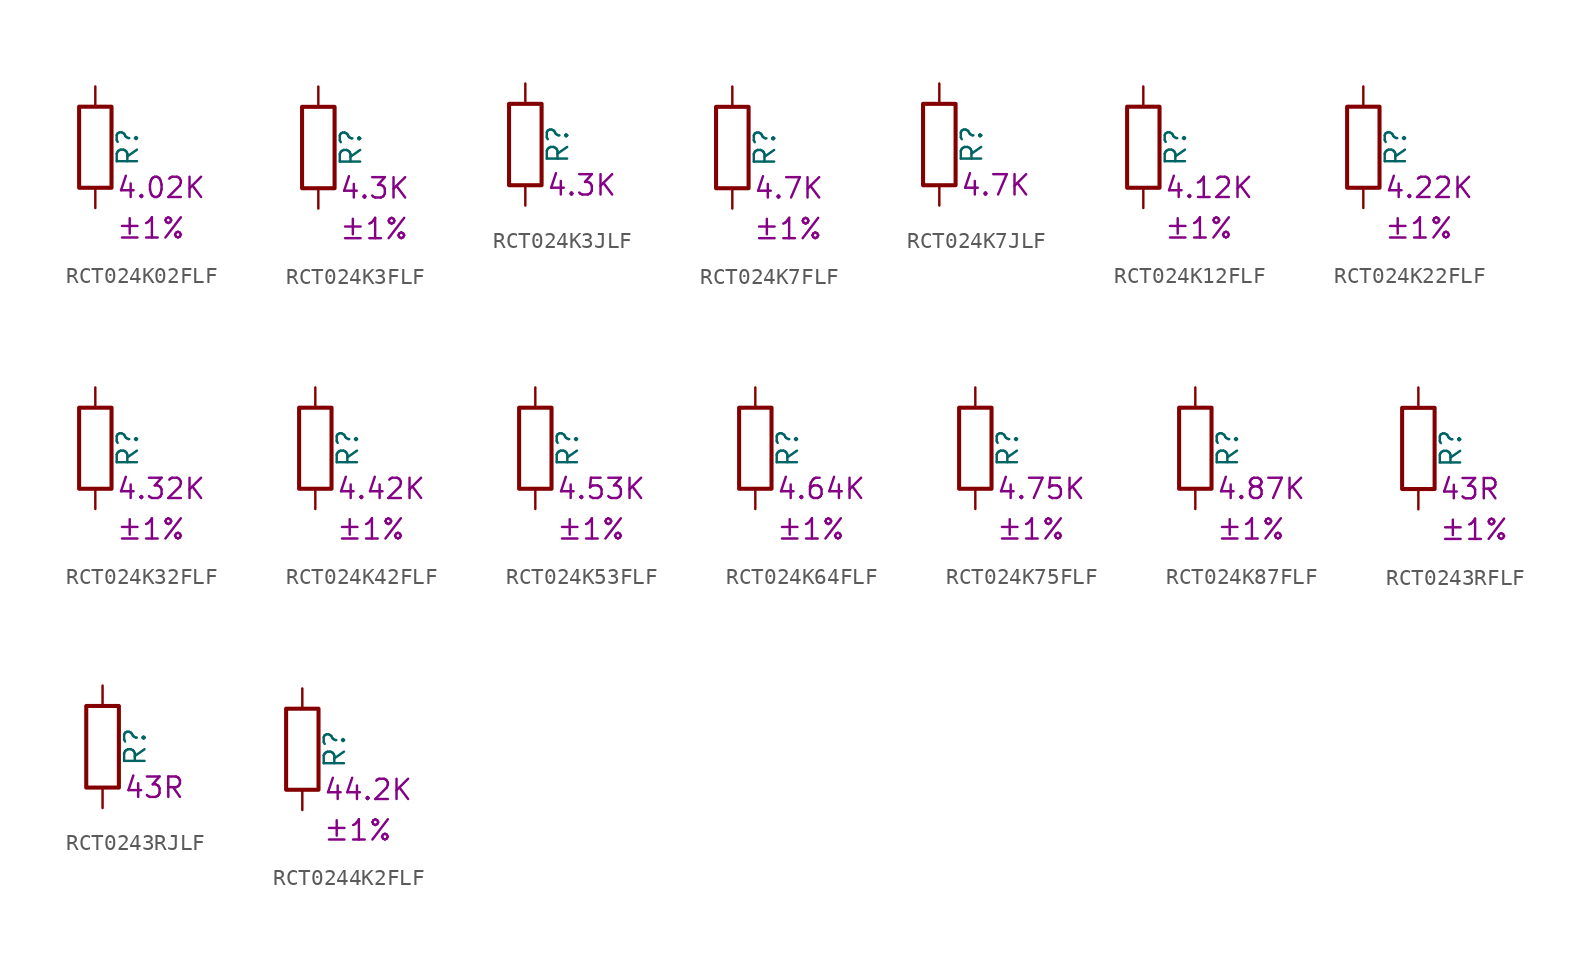
<source format=kicad_sym>
(kicad_symbol_lib
  (version 20220914)
  (generator kicad_symbol_editor)
  (symbol "RCT024K02FLF"
    (pin_numbers hide)
    (pin_names
      (offset 0))
    (property "Reference" "R"
      (at 2.032 0 90)
      (effects (font (size 1.27 1.27))))
    (property "Resistance" "4.02K"
      (at 1.27 -2.54 0)
      (effects (font (size 1.27 1.27)) (justify left)))
    (property "Tolerance" "±1%"
      (at 1.27 -5.08 0)
      (effects (font (size 1.27 1.27)) (justify left)))
    (symbol "RCT024K02FLF_0_1"
      (rectangle (start -1.016 -2.54) (end 1.016 2.54) (stroke (width 0.254) (type default)) (fill (type none))))
    (symbol "RCT024K02FLF_1_1"
      (pin passive line (at 0 3.81 270) (length 1.27) (name "~" (effects (font (size 1.27 1.27)))) (number "1" (effects (font (size 1.27 1.27)))))
      (pin passive line (at 0 -3.81 90) (length 1.27) (name "~" (effects (font (size 1.27 1.27)))) (number "2" (effects (font (size 1.27 1.27)))))))
  (symbol "RCT024K3FLF"
    (pin_numbers hide)
    (pin_names
      (offset 0))
    (property "Reference" "R"
      (at 2.032 0 90)
      (effects (font (size 1.27 1.27))))
    (property "Resistance" "4.3K"
      (at 1.27 -2.54 0)
      (effects (font (size 1.27 1.27)) (justify left)))
    (property "Tolerance" "±1%"
      (at 1.27 -5.08 0)
      (effects (font (size 1.27 1.27)) (justify left)))
    (symbol "RCT024K3FLF_0_1"
      (rectangle (start -1.016 -2.54) (end 1.016 2.54) (stroke (width 0.254) (type default)) (fill (type none))))
    (symbol "RCT024K3FLF_1_1"
      (pin passive line (at 0 3.81 270) (length 1.27) (name "~" (effects (font (size 1.27 1.27)))) (number "1" (effects (font (size 1.27 1.27)))))
      (pin passive line (at 0 -3.81 90) (length 1.27) (name "~" (effects (font (size 1.27 1.27)))) (number "2" (effects (font (size 1.27 1.27)))))))
  (symbol "RCT024K3JLF"
    (pin_numbers hide)
    (pin_names
      (offset 0))
    (property "Reference" "R"
      (at 2.032 0 90)
      (effects (font (size 1.27 1.27))))
    (property "Resistance" "4.3K"
      (at 1.27 -2.54 0)
      (effects (font (size 1.27 1.27)) (justify left)))
    (symbol "RCT024K3JLF_0_1"
      (rectangle (start -1.016 -2.54) (end 1.016 2.54) (stroke (width 0.254) (type default)) (fill (type none))))
    (symbol "RCT024K3JLF_1_1"
      (pin passive line (at 0 3.81 270) (length 1.27) (name "~" (effects (font (size 1.27 1.27)))) (number "1" (effects (font (size 1.27 1.27)))))
      (pin passive line (at 0 -3.81 90) (length 1.27) (name "~" (effects (font (size 1.27 1.27)))) (number "2" (effects (font (size 1.27 1.27)))))))
  (symbol "RCT024K7FLF"
    (pin_numbers hide)
    (pin_names
      (offset 0))
    (property "Reference" "R"
      (at 2.032 0 90)
      (effects (font (size 1.27 1.27))))
    (property "Resistance" "4.7K"
      (at 1.27 -2.54 0)
      (effects (font (size 1.27 1.27)) (justify left)))
    (property "Tolerance" "±1%"
      (at 1.27 -5.08 0)
      (effects (font (size 1.27 1.27)) (justify left)))
    (symbol "RCT024K7FLF_0_1"
      (rectangle (start -1.016 -2.54) (end 1.016 2.54) (stroke (width 0.254) (type default)) (fill (type none))))
    (symbol "RCT024K7FLF_1_1"
      (pin passive line (at 0 3.81 270) (length 1.27) (name "~" (effects (font (size 1.27 1.27)))) (number "1" (effects (font (size 1.27 1.27)))))
      (pin passive line (at 0 -3.81 90) (length 1.27) (name "~" (effects (font (size 1.27 1.27)))) (number "2" (effects (font (size 1.27 1.27)))))))
  (symbol "RCT024K7JLF"
    (pin_numbers hide)
    (pin_names
      (offset 0))
    (property "Reference" "R"
      (at 2.032 0 90)
      (effects (font (size 1.27 1.27))))
    (property "Resistance" "4.7K"
      (at 1.27 -2.54 0)
      (effects (font (size 1.27 1.27)) (justify left)))
    (symbol "RCT024K7JLF_0_1"
      (rectangle (start -1.016 -2.54) (end 1.016 2.54) (stroke (width 0.254) (type default)) (fill (type none))))
    (symbol "RCT024K7JLF_1_1"
      (pin passive line (at 0 3.81 270) (length 1.27) (name "~" (effects (font (size 1.27 1.27)))) (number "1" (effects (font (size 1.27 1.27)))))
      (pin passive line (at 0 -3.81 90) (length 1.27) (name "~" (effects (font (size 1.27 1.27)))) (number "2" (effects (font (size 1.27 1.27)))))))
  (symbol "RCT024K12FLF"
    (pin_numbers hide)
    (pin_names
      (offset 0))
    (property "Reference" "R"
      (at 2.032 0 90)
      (effects (font (size 1.27 1.27))))
    (property "Resistance" "4.12K"
      (at 1.27 -2.54 0)
      (effects (font (size 1.27 1.27)) (justify left)))
    (property "Tolerance" "±1%"
      (at 1.27 -5.08 0)
      (effects (font (size 1.27 1.27)) (justify left)))
    (symbol "RCT024K12FLF_0_1"
      (rectangle (start -1.016 -2.54) (end 1.016 2.54) (stroke (width 0.254) (type default)) (fill (type none))))
    (symbol "RCT024K12FLF_1_1"
      (pin passive line (at 0 3.81 270) (length 1.27) (name "~" (effects (font (size 1.27 1.27)))) (number "1" (effects (font (size 1.27 1.27)))))
      (pin passive line (at 0 -3.81 90) (length 1.27) (name "~" (effects (font (size 1.27 1.27)))) (number "2" (effects (font (size 1.27 1.27)))))))
  (symbol "RCT024K22FLF"
    (pin_numbers hide)
    (pin_names
      (offset 0))
    (property "Reference" "R"
      (at 2.032 0 90)
      (effects (font (size 1.27 1.27))))
    (property "Resistance" "4.22K"
      (at 1.27 -2.54 0)
      (effects (font (size 1.27 1.27)) (justify left)))
    (property "Tolerance" "±1%"
      (at 1.27 -5.08 0)
      (effects (font (size 1.27 1.27)) (justify left)))
    (symbol "RCT024K22FLF_0_1"
      (rectangle (start -1.016 -2.54) (end 1.016 2.54) (stroke (width 0.254) (type default)) (fill (type none))))
    (symbol "RCT024K22FLF_1_1"
      (pin passive line (at 0 3.81 270) (length 1.27) (name "~" (effects (font (size 1.27 1.27)))) (number "1" (effects (font (size 1.27 1.27)))))
      (pin passive line (at 0 -3.81 90) (length 1.27) (name "~" (effects (font (size 1.27 1.27)))) (number "2" (effects (font (size 1.27 1.27)))))))
  (symbol "RCT024K32FLF"
    (pin_numbers hide)
    (pin_names
      (offset 0))
    (property "Reference" "R"
      (at 2.032 0 90)
      (effects (font (size 1.27 1.27))))
    (property "Resistance" "4.32K"
      (at 1.27 -2.54 0)
      (effects (font (size 1.27 1.27)) (justify left)))
    (property "Tolerance" "±1%"
      (at 1.27 -5.08 0)
      (effects (font (size 1.27 1.27)) (justify left)))
    (symbol "RCT024K32FLF_0_1"
      (rectangle (start -1.016 -2.54) (end 1.016 2.54) (stroke (width 0.254) (type default)) (fill (type none))))
    (symbol "RCT024K32FLF_1_1"
      (pin passive line (at 0 3.81 270) (length 1.27) (name "~" (effects (font (size 1.27 1.27)))) (number "1" (effects (font (size 1.27 1.27)))))
      (pin passive line (at 0 -3.81 90) (length 1.27) (name "~" (effects (font (size 1.27 1.27)))) (number "2" (effects (font (size 1.27 1.27)))))))
  (symbol "RCT024K42FLF"
    (pin_numbers hide)
    (pin_names
      (offset 0))
    (property "Reference" "R"
      (at 2.032 0 90)
      (effects (font (size 1.27 1.27))))
    (property "Resistance" "4.42K"
      (at 1.27 -2.54 0)
      (effects (font (size 1.27 1.27)) (justify left)))
    (property "Tolerance" "±1%"
      (at 1.27 -5.08 0)
      (effects (font (size 1.27 1.27)) (justify left)))
    (symbol "RCT024K42FLF_0_1"
      (rectangle (start -1.016 -2.54) (end 1.016 2.54) (stroke (width 0.254) (type default)) (fill (type none))))
    (symbol "RCT024K42FLF_1_1"
      (pin passive line (at 0 3.81 270) (length 1.27) (name "~" (effects (font (size 1.27 1.27)))) (number "1" (effects (font (size 1.27 1.27)))))
      (pin passive line (at 0 -3.81 90) (length 1.27) (name "~" (effects (font (size 1.27 1.27)))) (number "2" (effects (font (size 1.27 1.27)))))))
  (symbol "RCT024K53FLF"
    (pin_numbers hide)
    (pin_names
      (offset 0))
    (property "Reference" "R"
      (at 2.032 0 90)
      (effects (font (size 1.27 1.27))))
    (property "Resistance" "4.53K"
      (at 1.27 -2.54 0)
      (effects (font (size 1.27 1.27)) (justify left)))
    (property "Tolerance" "±1%"
      (at 1.27 -5.08 0)
      (effects (font (size 1.27 1.27)) (justify left)))
    (symbol "RCT024K53FLF_0_1"
      (rectangle (start -1.016 -2.54) (end 1.016 2.54) (stroke (width 0.254) (type default)) (fill (type none))))
    (symbol "RCT024K53FLF_1_1"
      (pin passive line (at 0 3.81 270) (length 1.27) (name "~" (effects (font (size 1.27 1.27)))) (number "1" (effects (font (size 1.27 1.27)))))
      (pin passive line (at 0 -3.81 90) (length 1.27) (name "~" (effects (font (size 1.27 1.27)))) (number "2" (effects (font (size 1.27 1.27)))))))
  (symbol "RCT024K64FLF"
    (pin_numbers hide)
    (pin_names
      (offset 0))
    (property "Reference" "R"
      (at 2.032 0 90)
      (effects (font (size 1.27 1.27))))
    (property "Resistance" "4.64K"
      (at 1.27 -2.54 0)
      (effects (font (size 1.27 1.27)) (justify left)))
    (property "Tolerance" "±1%"
      (at 1.27 -5.08 0)
      (effects (font (size 1.27 1.27)) (justify left)))
    (symbol "RCT024K64FLF_0_1"
      (rectangle (start -1.016 -2.54) (end 1.016 2.54) (stroke (width 0.254) (type default)) (fill (type none))))
    (symbol "RCT024K64FLF_1_1"
      (pin passive line (at 0 3.81 270) (length 1.27) (name "~" (effects (font (size 1.27 1.27)))) (number "1" (effects (font (size 1.27 1.27)))))
      (pin passive line (at 0 -3.81 90) (length 1.27) (name "~" (effects (font (size 1.27 1.27)))) (number "2" (effects (font (size 1.27 1.27)))))))
  (symbol "RCT024K75FLF"
    (pin_numbers hide)
    (pin_names
      (offset 0))
    (property "Reference" "R"
      (at 2.032 0 90)
      (effects (font (size 1.27 1.27))))
    (property "Resistance" "4.75K"
      (at 1.27 -2.54 0)
      (effects (font (size 1.27 1.27)) (justify left)))
    (property "Tolerance" "±1%"
      (at 1.27 -5.08 0)
      (effects (font (size 1.27 1.27)) (justify left)))
    (symbol "RCT024K75FLF_0_1"
      (rectangle (start -1.016 -2.54) (end 1.016 2.54) (stroke (width 0.254) (type default)) (fill (type none))))
    (symbol "RCT024K75FLF_1_1"
      (pin passive line (at 0 3.81 270) (length 1.27) (name "~" (effects (font (size 1.27 1.27)))) (number "1" (effects (font (size 1.27 1.27)))))
      (pin passive line (at 0 -3.81 90) (length 1.27) (name "~" (effects (font (size 1.27 1.27)))) (number "2" (effects (font (size 1.27 1.27)))))))
  (symbol "RCT024K87FLF"
    (pin_numbers hide)
    (pin_names
      (offset 0))
    (property "Reference" "R"
      (at 2.032 0 90)
      (effects (font (size 1.27 1.27))))
    (property "Resistance" "4.87K"
      (at 1.27 -2.54 0)
      (effects (font (size 1.27 1.27)) (justify left)))
    (property "Tolerance" "±1%"
      (at 1.27 -5.08 0)
      (effects (font (size 1.27 1.27)) (justify left)))
    (symbol "RCT024K87FLF_0_1"
      (rectangle (start -1.016 -2.54) (end 1.016 2.54) (stroke (width 0.254) (type default)) (fill (type none))))
    (symbol "RCT024K87FLF_1_1"
      (pin passive line (at 0 3.81 270) (length 1.27) (name "~" (effects (font (size 1.27 1.27)))) (number "1" (effects (font (size 1.27 1.27)))))
      (pin passive line (at 0 -3.81 90) (length 1.27) (name "~" (effects (font (size 1.27 1.27)))) (number "2" (effects (font (size 1.27 1.27)))))))
  (symbol "RCT0243RFLF"
    (pin_numbers hide)
    (pin_names
      (offset 0))
    (property "Reference" "R"
      (at 2.032 0 90)
      (effects (font (size 1.27 1.27))))
    (property "Resistance" "43R"
      (at 1.27 -2.54 0)
      (effects (font (size 1.27 1.27)) (justify left)))
    (property "Tolerance" "±1%"
      (at 1.27 -5.08 0)
      (effects (font (size 1.27 1.27)) (justify left)))
    (symbol "RCT0243RFLF_0_1"
      (rectangle (start -1.016 -2.54) (end 1.016 2.54) (stroke (width 0.254) (type default)) (fill (type none))))
    (symbol "RCT0243RFLF_1_1"
      (pin passive line (at 0 3.81 270) (length 1.27) (name "~" (effects (font (size 1.27 1.27)))) (number "1" (effects (font (size 1.27 1.27)))))
      (pin passive line (at 0 -3.81 90) (length 1.27) (name "~" (effects (font (size 1.27 1.27)))) (number "2" (effects (font (size 1.27 1.27)))))))
  (symbol "RCT0243RJLF"
    (pin_numbers hide)
    (pin_names
      (offset 0))
    (property "Reference" "R"
      (at 2.032 0 90)
      (effects (font (size 1.27 1.27))))
    (property "Resistance" "43R"
      (at 1.27 -2.54 0)
      (effects (font (size 1.27 1.27)) (justify left)))
    (symbol "RCT0243RJLF_0_1"
      (rectangle (start -1.016 -2.54) (end 1.016 2.54) (stroke (width 0.254) (type default)) (fill (type none))))
    (symbol "RCT0243RJLF_1_1"
      (pin passive line (at 0 3.81 270) (length 1.27) (name "~" (effects (font (size 1.27 1.27)))) (number "1" (effects (font (size 1.27 1.27)))))
      (pin passive line (at 0 -3.81 90) (length 1.27) (name "~" (effects (font (size 1.27 1.27)))) (number "2" (effects (font (size 1.27 1.27)))))))
  (symbol "RCT0244K2FLF"
    (pin_numbers hide)
    (pin_names
      (offset 0))
    (property "Reference" "R"
      (at 2.032 0 90)
      (effects (font (size 1.27 1.27))))
    (property "Resistance" "44.2K"
      (at 1.27 -2.54 0)
      (effects (font (size 1.27 1.27)) (justify left)))
    (property "Tolerance" "±1%"
      (at 1.27 -5.08 0)
      (effects (font (size 1.27 1.27)) (justify left)))
    (symbol "RCT0244K2FLF_0_1"
      (rectangle (start -1.016 -2.54) (end 1.016 2.54) (stroke (width 0.254) (type default)) (fill (type none))))
    (symbol "RCT0244K2FLF_1_1"
      (pin passive line (at 0 3.81 270) (length 1.27) (name "~" (effects (font (size 1.27 1.27)))) (number "1" (effects (font (size 1.27 1.27)))))
      (pin passive line (at 0 -3.81 90) (length 1.27) (name "~" (effects (font (size 1.27 1.27)))) (number "2" (effects (font (size 1.27 1.27))))))))
</source>
